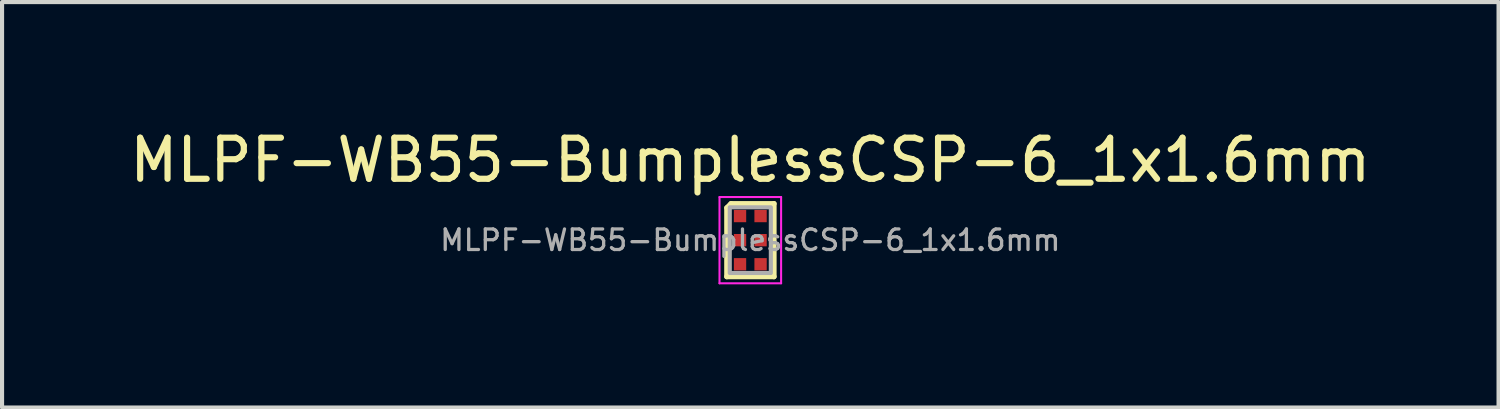
<source format=kicad_pcb>
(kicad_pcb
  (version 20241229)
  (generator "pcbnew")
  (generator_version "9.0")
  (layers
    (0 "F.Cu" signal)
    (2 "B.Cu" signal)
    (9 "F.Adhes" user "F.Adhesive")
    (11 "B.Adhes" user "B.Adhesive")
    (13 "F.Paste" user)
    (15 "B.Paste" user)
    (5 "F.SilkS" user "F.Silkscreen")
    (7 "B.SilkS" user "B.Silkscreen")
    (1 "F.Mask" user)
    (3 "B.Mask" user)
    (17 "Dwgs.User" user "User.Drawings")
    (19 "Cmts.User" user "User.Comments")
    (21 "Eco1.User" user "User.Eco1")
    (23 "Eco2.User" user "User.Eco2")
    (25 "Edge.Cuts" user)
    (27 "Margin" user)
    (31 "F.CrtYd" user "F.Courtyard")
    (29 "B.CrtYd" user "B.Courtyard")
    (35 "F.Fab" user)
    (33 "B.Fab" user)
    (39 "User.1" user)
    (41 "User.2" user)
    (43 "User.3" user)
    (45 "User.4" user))
  (footprint "MLPF-WB55-BumplessCSP-6_1x1.6mm"
    (layer "F.Cu")
    (at 15.22 2.798)
    (property "Reference" "MLPF-WB55-BumplessCSP-6_1x1.6mm" (at 0 -1.95 0) (layer "F.SilkS") (effects (font (size 1 1) (thickness 0.15))))
    (attr smd)
    (fp_line (start -0.572 -0.787) (end -0.47 -0.889) (stroke (width 0.127) (type solid)) (layer "F.SilkS"))
    (fp_line (start -0.572 0.889) (end -0.572 -0.787) (stroke (width 0.127) (type solid)) (layer "F.SilkS"))
    (fp_line (start -0.572 0.889) (end 0.577 0.889) (stroke (width 0.127) (type solid)) (layer "F.SilkS"))
    (fp_line (start -0.47 -0.889) (end 0.577 -0.889) (stroke (width 0.127) (type solid)) (layer "F.SilkS"))
    (fp_line (start 0.577 0.889) (end 0.577 -0.889) (stroke (width 0.127) (type solid)) (layer "F.SilkS"))
    (fp_line (start -0.75 -1.05) (end -0.75 1.05) (stroke (width 0.05) (type solid)) (layer "F.CrtYd"))
    (fp_line (start -0.75 1.05) (end 0.75 1.05) (stroke (width 0.05) (type solid)) (layer "F.CrtYd"))
    (fp_line (start 0.75 -1.05) (end -0.75 -1.05) (stroke (width 0.05) (type solid)) (layer "F.CrtYd"))
    (fp_line (start 0.75 1.05) (end 0.75 -1.05) (stroke (width 0.05) (type solid)) (layer "F.CrtYd"))
    (fp_rect (start -0.5 -0.8) (end 0.5 0.8) (stroke (width 0.1) (type default)) (fill no) (layer "F.Fab"))
    (fp_text user "${REFERENCE}" (at 0 0 0) (layer "F.Fab") (effects (font (size 0.5 0.5) (thickness 0.08))))
    (pad "A1" smd rect (at -0.25 -0.587) (size 0.3 0.3) (layers "F.Cu" "F.Mask" "F.Paste"))
    (pad "A2" smd rect (at -0.25 0) (size 0.3 0.3) (layers "F.Cu" "F.Mask" "F.Paste"))
    (pad "A3" smd rect (at -0.25 0.587) (size 0.3 0.3) (layers "F.Cu" "F.Mask" "F.Paste"))
    (pad "B1" smd rect (at 0.25 -0.587) (size 0.3 0.3) (layers "F.Cu" "F.Mask" "F.Paste"))
    (pad "B2" smd rect (at 0.25 0) (size 0.3 0.3) (layers "F.Cu" "F.Mask" "F.Paste"))
    (pad "B3" smd rect (at 0.25 0.587) (size 0.3 0.3) (layers "F.Cu" "F.Mask" "F.Paste")))
  (gr_rect
    (start -3 -3)
    (end 33.44 6.873)
    (stroke (width 0.1) (type default))
    (fill no)
    (layer "Edge.Cuts")))
</source>
